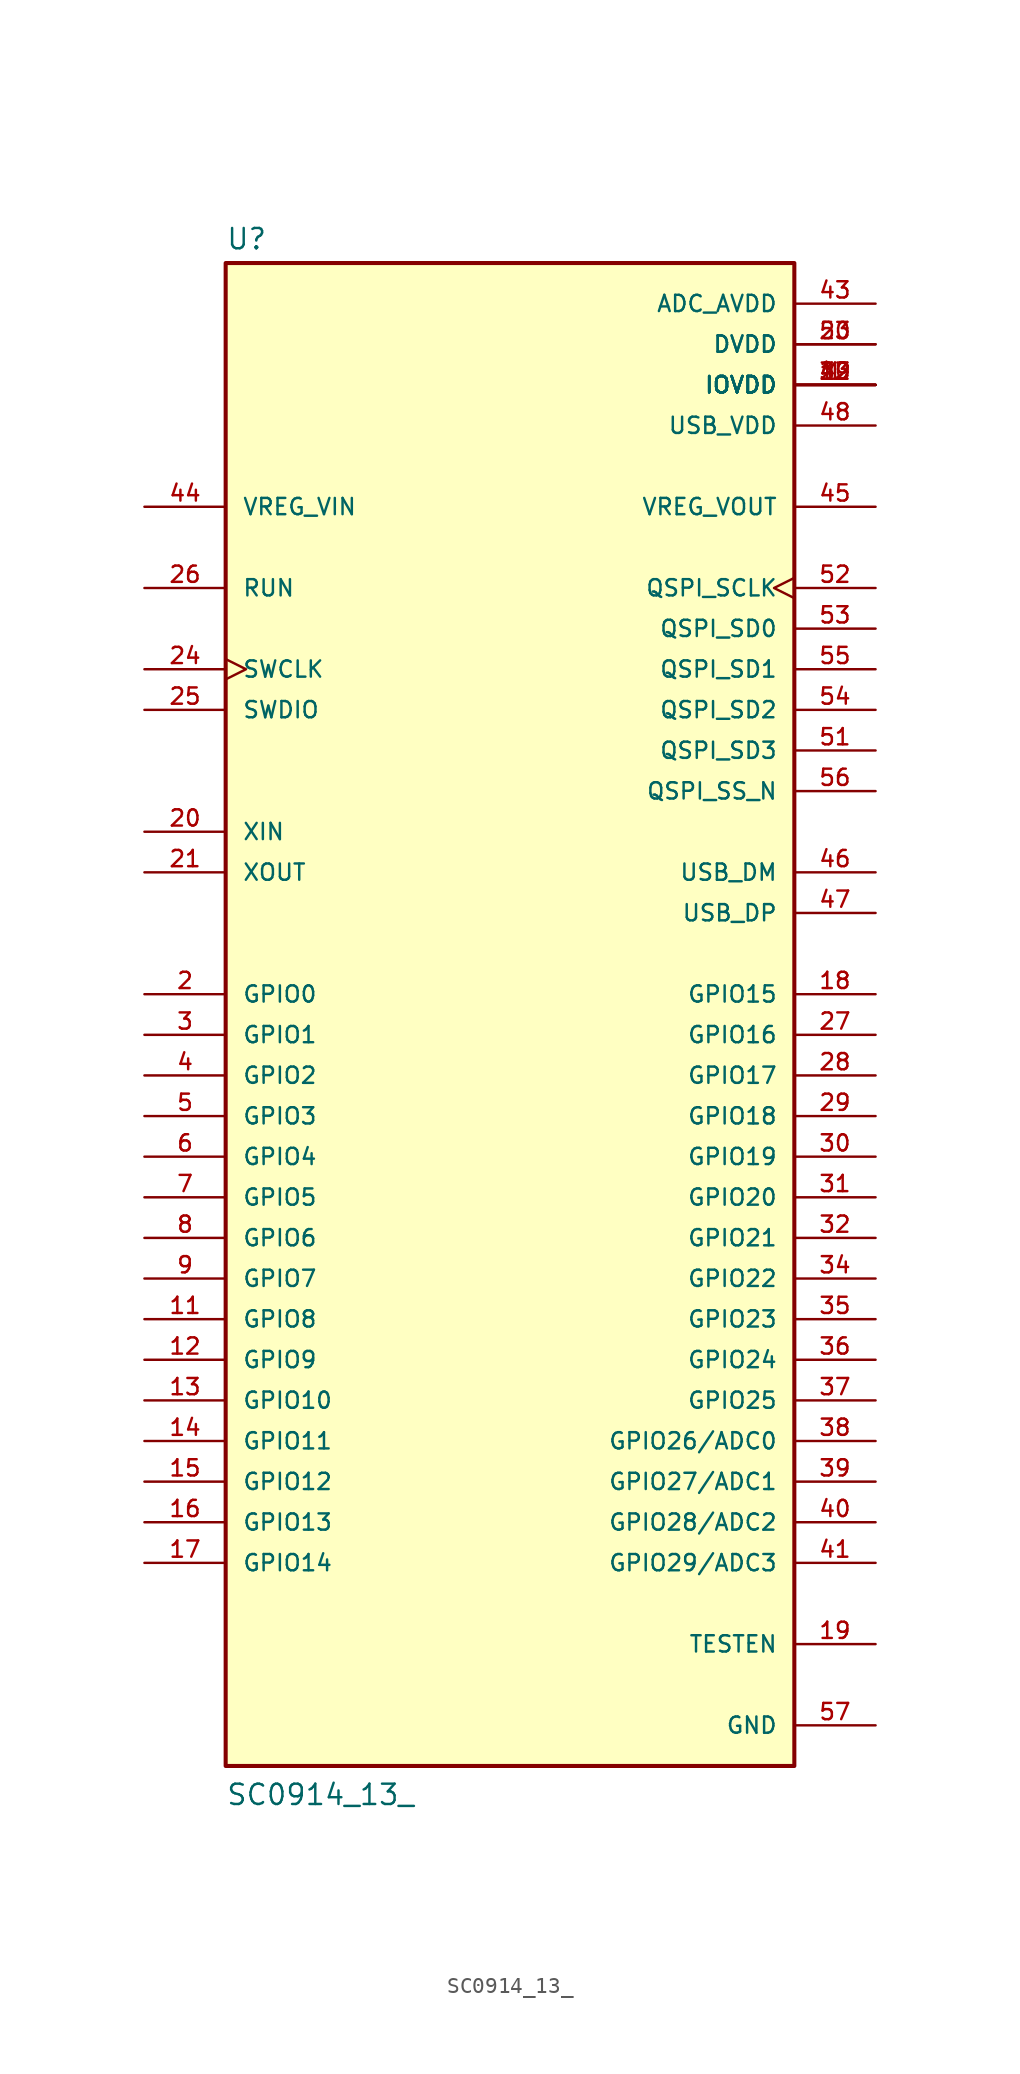
<source format=kicad_sym>
(kicad_symbol_lib
  (version 20211014)
  (generator kicad_symbol_editor)
  (symbol "SC0914_13_"
    (pin_names
      (offset 1.016))
    (property "Reference" "U"
      (at -17.78 49.022 0)
      (effects (font (size 1.27 1.27)) (justify bottom left)))
    (property "Value" "SC0914_13_"
      (at -17.78 -48.26 0)
      (effects (font (size 1.27 1.27)) (justify bottom left)))
    (symbol "SC0914_13__0_0"
      (rectangle (start -17.78 -45.72) (end 17.78 48.26) (stroke (width 0.254)) (fill (type background)))
      (pin bidirectional line (at -22.86 2.54 0) (length 5.08) (name "GPIO0" (effects (font (size 1.016 1.016)))) (number "2" (effects (font (size 1.016 1.016)))))
      (pin bidirectional line (at -22.86 0.0 0) (length 5.08) (name "GPIO1" (effects (font (size 1.016 1.016)))) (number "3" (effects (font (size 1.016 1.016)))))
      (pin bidirectional line (at -22.86 -2.54 0) (length 5.08) (name "GPIO2" (effects (font (size 1.016 1.016)))) (number "4" (effects (font (size 1.016 1.016)))))
      (pin bidirectional line (at -22.86 -5.08 0) (length 5.08) (name "GPIO3" (effects (font (size 1.016 1.016)))) (number "5" (effects (font (size 1.016 1.016)))))
      (pin bidirectional line (at -22.86 -7.62 0) (length 5.08) (name "GPIO4" (effects (font (size 1.016 1.016)))) (number "6" (effects (font (size 1.016 1.016)))))
      (pin bidirectional line (at -22.86 -10.16 0) (length 5.08) (name "GPIO5" (effects (font (size 1.016 1.016)))) (number "7" (effects (font (size 1.016 1.016)))))
      (pin bidirectional line (at -22.86 -12.7 0) (length 5.08) (name "GPIO6" (effects (font (size 1.016 1.016)))) (number "8" (effects (font (size 1.016 1.016)))))
      (pin bidirectional line (at -22.86 -15.24 0) (length 5.08) (name "GPIO7" (effects (font (size 1.016 1.016)))) (number "9" (effects (font (size 1.016 1.016)))))
      (pin bidirectional line (at -22.86 -17.78 0) (length 5.08) (name "GPIO8" (effects (font (size 1.016 1.016)))) (number "11" (effects (font (size 1.016 1.016)))))
      (pin bidirectional line (at -22.86 -20.32 0) (length 5.08) (name "GPIO9" (effects (font (size 1.016 1.016)))) (number "12" (effects (font (size 1.016 1.016)))))
      (pin bidirectional line (at -22.86 -22.86 0) (length 5.08) (name "GPIO10" (effects (font (size 1.016 1.016)))) (number "13" (effects (font (size 1.016 1.016)))))
      (pin bidirectional line (at -22.86 -25.4 0) (length 5.08) (name "GPIO11" (effects (font (size 1.016 1.016)))) (number "14" (effects (font (size 1.016 1.016)))))
      (pin bidirectional line (at -22.86 -27.94 0) (length 5.08) (name "GPIO12" (effects (font (size 1.016 1.016)))) (number "15" (effects (font (size 1.016 1.016)))))
      (pin bidirectional line (at -22.86 -30.48 0) (length 5.08) (name "GPIO13" (effects (font (size 1.016 1.016)))) (number "16" (effects (font (size 1.016 1.016)))))
      (pin bidirectional line (at -22.86 -33.02 0) (length 5.08) (name "GPIO14" (effects (font (size 1.016 1.016)))) (number "17" (effects (font (size 1.016 1.016)))))
      (pin bidirectional line (at 22.86 2.54 180.0) (length 5.08) (name "GPIO15" (effects (font (size 1.016 1.016)))) (number "18" (effects (font (size 1.016 1.016)))))
      (pin bidirectional line (at 22.86 0.0 180.0) (length 5.08) (name "GPIO16" (effects (font (size 1.016 1.016)))) (number "27" (effects (font (size 1.016 1.016)))))
      (pin bidirectional line (at 22.86 -2.54 180.0) (length 5.08) (name "GPIO17" (effects (font (size 1.016 1.016)))) (number "28" (effects (font (size 1.016 1.016)))))
      (pin bidirectional line (at 22.86 -5.08 180.0) (length 5.08) (name "GPIO18" (effects (font (size 1.016 1.016)))) (number "29" (effects (font (size 1.016 1.016)))))
      (pin bidirectional line (at 22.86 -7.62 180.0) (length 5.08) (name "GPIO19" (effects (font (size 1.016 1.016)))) (number "30" (effects (font (size 1.016 1.016)))))
      (pin bidirectional line (at 22.86 -10.16 180.0) (length 5.08) (name "GPIO20" (effects (font (size 1.016 1.016)))) (number "31" (effects (font (size 1.016 1.016)))))
      (pin bidirectional line (at 22.86 -12.7 180.0) (length 5.08) (name "GPIO21" (effects (font (size 1.016 1.016)))) (number "32" (effects (font (size 1.016 1.016)))))
      (pin bidirectional line (at 22.86 -15.24 180.0) (length 5.08) (name "GPIO22" (effects (font (size 1.016 1.016)))) (number "34" (effects (font (size 1.016 1.016)))))
      (pin bidirectional line (at 22.86 -17.78 180.0) (length 5.08) (name "GPIO23" (effects (font (size 1.016 1.016)))) (number "35" (effects (font (size 1.016 1.016)))))
      (pin bidirectional line (at 22.86 -20.32 180.0) (length 5.08) (name "GPIO24" (effects (font (size 1.016 1.016)))) (number "36" (effects (font (size 1.016 1.016)))))
      (pin bidirectional line (at 22.86 -22.86 180.0) (length 5.08) (name "GPIO25" (effects (font (size 1.016 1.016)))) (number "37" (effects (font (size 1.016 1.016)))))
      (pin bidirectional line (at 22.86 -25.4 180.0) (length 5.08) (name "GPIO26/ADC0" (effects (font (size 1.016 1.016)))) (number "38" (effects (font (size 1.016 1.016)))))
      (pin bidirectional line (at 22.86 -27.94 180.0) (length 5.08) (name "GPIO27/ADC1" (effects (font (size 1.016 1.016)))) (number "39" (effects (font (size 1.016 1.016)))))
      (pin bidirectional line (at 22.86 -30.48 180.0) (length 5.08) (name "GPIO28/ADC2" (effects (font (size 1.016 1.016)))) (number "40" (effects (font (size 1.016 1.016)))))
      (pin bidirectional line (at 22.86 -33.02 180.0) (length 5.08) (name "GPIO29/ADC3" (effects (font (size 1.016 1.016)))) (number "41" (effects (font (size 1.016 1.016)))))
      (pin bidirectional line (at 22.86 17.78 180.0) (length 5.08) (name "QSPI_SD3" (effects (font (size 1.016 1.016)))) (number "51" (effects (font (size 1.016 1.016)))))
      (pin bidirectional clock (at 22.86 27.94 180.0) (length 5.08) (name "QSPI_SCLK" (effects (font (size 1.016 1.016)))) (number "52" (effects (font (size 1.016 1.016)))))
      (pin bidirectional line (at 22.86 25.4 180.0) (length 5.08) (name "QSPI_SD0" (effects (font (size 1.016 1.016)))) (number "53" (effects (font (size 1.016 1.016)))))
      (pin bidirectional line (at 22.86 20.32 180.0) (length 5.08) (name "QSPI_SD2" (effects (font (size 1.016 1.016)))) (number "54" (effects (font (size 1.016 1.016)))))
      (pin bidirectional line (at 22.86 22.86 180.0) (length 5.08) (name "QSPI_SD1" (effects (font (size 1.016 1.016)))) (number "55" (effects (font (size 1.016 1.016)))))
      (pin bidirectional line (at 22.86 15.24 180.0) (length 5.08) (name "QSPI_SS_N" (effects (font (size 1.016 1.016)))) (number "56" (effects (font (size 1.016 1.016)))))
      (pin input line (at -22.86 12.7 0) (length 5.08) (name "XIN" (effects (font (size 1.016 1.016)))) (number "20" (effects (font (size 1.016 1.016)))))
      (pin output line (at -22.86 10.16 0) (length 5.08) (name "XOUT" (effects (font (size 1.016 1.016)))) (number "21" (effects (font (size 1.016 1.016)))))
      (pin input clock (at -22.86 22.86 0) (length 5.08) (name "SWCLK" (effects (font (size 1.016 1.016)))) (number "24" (effects (font (size 1.016 1.016)))))
      (pin bidirectional line (at -22.86 20.32 0) (length 5.08) (name "SWDIO" (effects (font (size 1.016 1.016)))) (number "25" (effects (font (size 1.016 1.016)))))
      (pin input line (at -22.86 27.94 0) (length 5.08) (name "RUN" (effects (font (size 1.016 1.016)))) (number "26" (effects (font (size 1.016 1.016)))))
      (pin passive line (at 22.86 -38.1 180.0) (length 5.08) (name "TESTEN" (effects (font (size 1.016 1.016)))) (number "19" (effects (font (size 1.016 1.016)))))
      (pin bidirectional line (at 22.86 7.62 180.0) (length 5.08) (name "USB_DP" (effects (font (size 1.016 1.016)))) (number "47" (effects (font (size 1.016 1.016)))))
      (pin bidirectional line (at 22.86 10.16 180.0) (length 5.08) (name "USB_DM" (effects (font (size 1.016 1.016)))) (number "46" (effects (font (size 1.016 1.016)))))
      (pin output line (at 22.86 33.02 180.0) (length 5.08) (name "VREG_VOUT" (effects (font (size 1.016 1.016)))) (number "45" (effects (font (size 1.016 1.016)))))
      (pin input line (at -22.86 33.02 0) (length 5.08) (name "VREG_VIN" (effects (font (size 1.016 1.016)))) (number "44" (effects (font (size 1.016 1.016)))))
      (pin power_in line (at 22.86 38.1 180.0) (length 5.08) (name "USB_VDD" (effects (font (size 1.016 1.016)))) (number "48" (effects (font (size 1.016 1.016)))))
      (pin power_in line (at 22.86 40.64 180.0) (length 5.08) (name "IOVDD" (effects (font (size 1.016 1.016)))) (number "1" (effects (font (size 1.016 1.016)))))
      (pin power_in line (at 22.86 40.64 180.0) (length 5.08) (name "IOVDD" (effects (font (size 1.016 1.016)))) (number "10" (effects (font (size 1.016 1.016)))))
      (pin power_in line (at 22.86 40.64 180.0) (length 5.08) (name "IOVDD" (effects (font (size 1.016 1.016)))) (number "22" (effects (font (size 1.016 1.016)))))
      (pin power_in line (at 22.86 40.64 180.0) (length 5.08) (name "IOVDD" (effects (font (size 1.016 1.016)))) (number "33" (effects (font (size 1.016 1.016)))))
      (pin power_in line (at 22.86 40.64 180.0) (length 5.08) (name "IOVDD" (effects (font (size 1.016 1.016)))) (number "42" (effects (font (size 1.016 1.016)))))
      (pin power_in line (at 22.86 40.64 180.0) (length 5.08) (name "IOVDD" (effects (font (size 1.016 1.016)))) (number "49" (effects (font (size 1.016 1.016)))))
      (pin power_in line (at 22.86 43.18 180.0) (length 5.08) (name "DVDD" (effects (font (size 1.016 1.016)))) (number "23" (effects (font (size 1.016 1.016)))))
      (pin power_in line (at 22.86 43.18 180.0) (length 5.08) (name "DVDD" (effects (font (size 1.016 1.016)))) (number "50" (effects (font (size 1.016 1.016)))))
      (pin power_in line (at 22.86 45.72 180.0) (length 5.08) (name "ADC_AVDD" (effects (font (size 1.016 1.016)))) (number "43" (effects (font (size 1.016 1.016)))))
      (pin power_in line (at 22.86 -43.18 180.0) (length 5.08) (name "GND" (effects (font (size 1.016 1.016)))) (number "57" (effects (font (size 1.016 1.016))))))))
</source>
